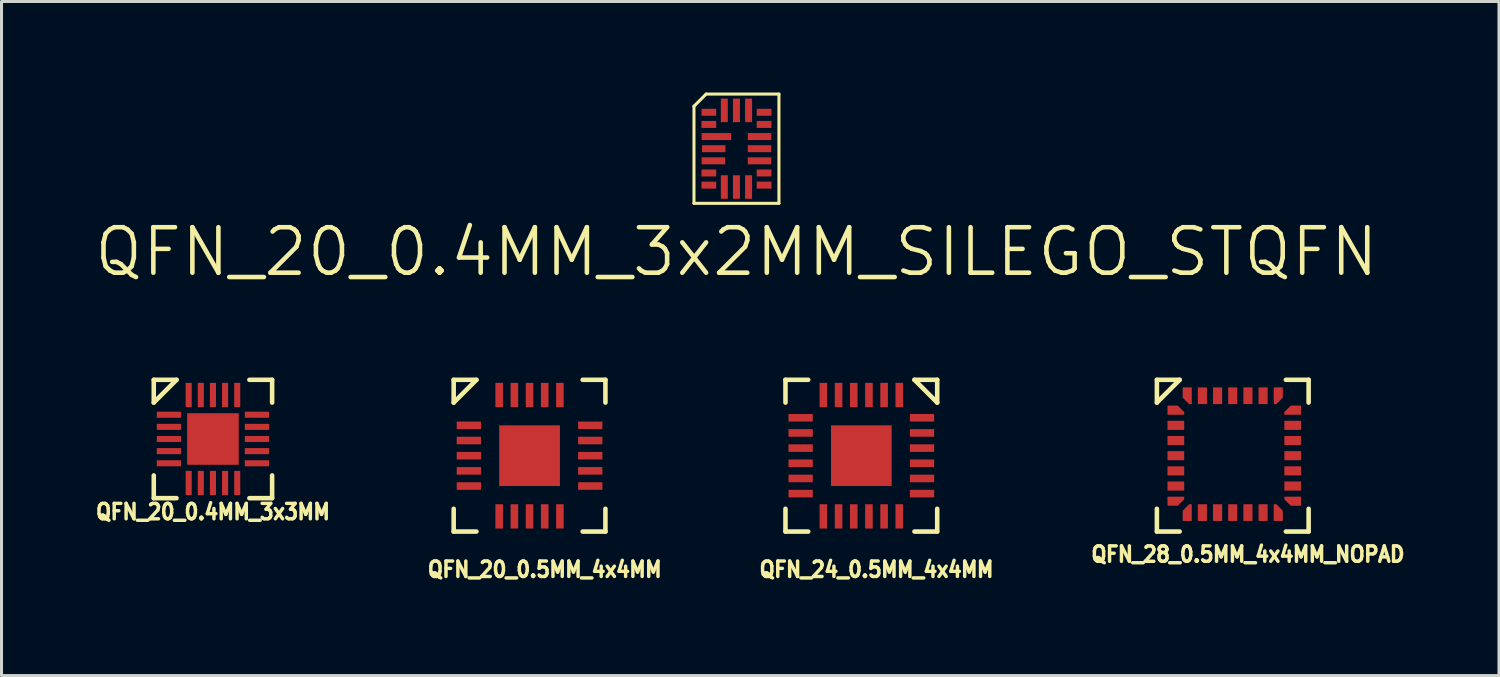
<source format=kicad_pcb>
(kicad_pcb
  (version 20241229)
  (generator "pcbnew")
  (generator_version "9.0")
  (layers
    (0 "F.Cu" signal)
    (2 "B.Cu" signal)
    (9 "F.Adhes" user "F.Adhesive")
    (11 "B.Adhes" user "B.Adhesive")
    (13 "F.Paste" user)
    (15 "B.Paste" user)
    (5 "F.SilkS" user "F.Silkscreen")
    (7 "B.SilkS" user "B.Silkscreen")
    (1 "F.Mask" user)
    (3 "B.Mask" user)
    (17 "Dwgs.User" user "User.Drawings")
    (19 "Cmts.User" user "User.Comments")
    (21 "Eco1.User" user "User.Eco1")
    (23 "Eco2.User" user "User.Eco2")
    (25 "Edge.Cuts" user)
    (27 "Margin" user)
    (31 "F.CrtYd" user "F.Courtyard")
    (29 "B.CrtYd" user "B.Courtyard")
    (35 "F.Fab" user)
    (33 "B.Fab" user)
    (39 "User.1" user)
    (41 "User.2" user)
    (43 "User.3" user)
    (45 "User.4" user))
  (footprint "QFN_20_0.4MM_3x2MM_SILEGO_STQFN"
    (layer "F.Cu")
    (at 21.218 1.85)
    (property "Reference" "QFN_20_0.4MM_3x2MM_SILEGO_STQFN" (at 0 3.4 0) (layer "F.SilkS") (effects (font (size 1.5 1.5) (thickness 0.15))))
    (attr through_hole)
    (fp_line (start -1.4 -1.4) (end -1 -1.8) (stroke (width 0.1) (type solid)) (layer "F.SilkS"))
    (fp_line (start -1.4 1.8) (end -1.4 -1.4) (stroke (width 0.1) (type solid)) (layer "F.SilkS"))
    (fp_line (start -1 -1.8) (end 1.4 -1.8) (stroke (width 0.1) (type solid)) (layer "F.SilkS"))
    (fp_line (start 1.4 -1.8) (end 1.4 1.8) (stroke (width 0.1) (type solid)) (layer "F.SilkS"))
    (fp_line (start 1.4 1.8) (end -1.4 1.8) (stroke (width 0.1) (type solid)) (layer "F.SilkS"))
    (pad "1" smd rect (at -0.91 -1.2) (size 0.485 0.23) (layers "F.Cu" "F.Mask" "F.Paste"))
    (pad "2" smd rect (at -0.91 -0.8) (size 0.485 0.23) (layers "F.Cu" "F.Mask" "F.Paste"))
    (pad "3" smd rect (at -0.66 -0.4) (size 0.975 0.23) (layers "F.Cu" "F.Mask" "F.Paste"))
    (pad "4" smd rect (at -0.75 0) (size 0.775 0.23) (layers "F.Cu" "F.Mask" "F.Paste"))
    (pad "5" smd rect (at -0.76 0.4) (size 0.775 0.23) (layers "F.Cu" "F.Mask" "F.Paste"))
    (pad "6" smd rect (at -0.91 0.8) (size 0.485 0.23) (layers "F.Cu" "F.Mask" "F.Paste"))
    (pad "7" smd rect (at -0.91 1.2) (size 0.485 0.23) (layers "F.Cu" "F.Mask" "F.Paste"))
    (pad "8" smd rect (at -0.4 1.263 90) (size 0.775 0.23) (layers "F.Cu" "F.Mask" "F.Paste"))
    (pad "9" smd rect (at 0 1.263 90) (size 0.775 0.23) (layers "F.Cu" "F.Mask" "F.Paste"))
    (pad "10" smd rect (at 0.4 1.263 90) (size 0.775 0.23) (layers "F.Cu" "F.Mask" "F.Paste"))
    (pad "11" smd rect (at 0.91 1.2 180) (size 0.485 0.23) (layers "F.Cu" "F.Mask" "F.Paste"))
    (pad "12" smd rect (at 0.91 0.8) (size 0.485 0.23) (layers "F.Cu" "F.Mask" "F.Paste"))
    (pad "13" smd rect (at 0.76 0.4) (size 0.775 0.23) (layers "F.Cu" "F.Mask" "F.Paste"))
    (pad "14" smd rect (at 0.76 0) (size 0.775 0.23) (layers "F.Cu" "F.Mask" "F.Paste"))
    (pad "15" smd rect (at 0.76 -0.4) (size 0.775 0.23) (layers "F.Cu" "F.Mask" "F.Paste"))
    (pad "16" smd rect (at 0.91 -0.8) (size 0.485 0.23) (layers "F.Cu" "F.Mask" "F.Paste"))
    (pad "17" smd rect (at 0.91 -1.2) (size 0.485 0.23) (layers "F.Cu" "F.Mask" "F.Paste"))
    (pad "18" smd rect (at 0.4 -1.263 90) (size 0.775 0.23) (layers "F.Cu" "F.Mask" "F.Paste"))
    (pad "19" smd rect (at 0 -1.263 90) (size 0.775 0.23) (layers "F.Cu" "F.Mask" "F.Paste"))
    (pad "20" smd rect (at -0.4 -1.263 90) (size 0.775 0.23) (layers "F.Cu" "F.Mask" "F.Paste")))
  (footprint "QFN_24_0.5MM_4x4MM"
    (layer "F.Cu")
    (at 25.333 11.966)
    (property "Reference" "QFN_24_0.5MM_4x4MM" (at 0.5 3.75 0) (layer "F.SilkS") (effects (font (size 0.508 0.457) (thickness 0.114))))
    (attr through_hole)
    (fp_line (start -2.5 -2.5) (end -2.5 -1.75) (stroke (width 0.15) (type solid)) (layer "F.SilkS"))
    (fp_line (start -2.5 1.75) (end -2.5 2.5) (stroke (width 0.15) (type solid)) (layer "F.SilkS"))
    (fp_line (start -2.5 2.5) (end -1.75 2.5) (stroke (width 0.15) (type solid)) (layer "F.SilkS"))
    (fp_line (start -1.75 -2.5) (end -2.5 -2.5) (stroke (width 0.15) (type solid)) (layer "F.SilkS"))
    (fp_line (start 1.75 -2.5) (end 2.5 -2.5) (stroke (width 0.15) (type solid)) (layer "F.SilkS"))
    (fp_line (start 2.5 -2.5) (end 2.5 -1.75) (stroke (width 0.15) (type solid)) (layer "F.SilkS"))
    (fp_line (start 2.5 -1.75) (end 1.75 -2.5) (stroke (width 0.15) (type solid)) (layer "F.SilkS"))
    (fp_line (start 2.5 1.75) (end 2.5 2.5) (stroke (width 0.15) (type solid)) (layer "F.SilkS"))
    (fp_line (start 2.5 2.5) (end 1.75 2.5) (stroke (width 0.15) (type solid)) (layer "F.SilkS"))
    (pad "1" smd rect (at 1.25 -2) (size 0.25 0.8) (layers "F.Cu" "F.Mask" "F.Paste"))
    (pad "2" smd rect (at 0.75 -2) (size 0.25 0.8) (layers "F.Cu" "F.Mask" "F.Paste"))
    (pad "3" smd rect (at 0.25 -2) (size 0.25 0.8) (layers "F.Cu" "F.Mask" "F.Paste"))
    (pad "4" smd rect (at -0.25 -2) (size 0.25 0.8) (layers "F.Cu" "F.Mask" "F.Paste"))
    (pad "5" smd rect (at -0.75 -2) (size 0.25 0.8) (layers "F.Cu" "F.Mask" "F.Paste"))
    (pad "6" smd rect (at -1.25 -2) (size 0.25 0.8) (layers "F.Cu" "F.Mask" "F.Paste"))
    (pad "7" smd rect (at -2 -1.25 270) (size 0.25 0.8) (layers "F.Cu" "F.Mask" "F.Paste"))
    (pad "8" smd rect (at -2 -0.75 90) (size 0.25 0.8) (layers "F.Cu" "F.Mask" "F.Paste"))
    (pad "9" smd rect (at -2 -0.25 90) (size 0.25 0.8) (layers "F.Cu" "F.Mask" "F.Paste"))
    (pad "10" smd rect (at -2 0.25 90) (size 0.25 0.8) (layers "F.Cu" "F.Mask" "F.Paste"))
    (pad "11" smd rect (at -2 0.75 90) (size 0.25 0.8) (layers "F.Cu" "F.Mask" "F.Paste"))
    (pad "12" smd rect (at -2 1.25 90) (size 0.25 0.8) (layers "F.Cu" "F.Mask" "F.Paste"))
    (pad "13" smd rect (at -1.25 2 180) (size 0.25 0.8) (layers "F.Cu" "F.Mask" "F.Paste"))
    (pad "14" smd rect (at -0.75 2) (size 0.25 0.8) (layers "F.Cu" "F.Mask" "F.Paste"))
    (pad "15" smd rect (at -0.25 2) (size 0.25 0.8) (layers "F.Cu" "F.Mask" "F.Paste"))
    (pad "16" smd rect (at 0.25 2) (size 0.25 0.8) (layers "F.Cu" "F.Mask" "F.Paste"))
    (pad "17" smd rect (at 0.75 2) (size 0.25 0.8) (layers "F.Cu" "F.Mask" "F.Paste"))
    (pad "18" smd rect (at 1.25 2) (size 0.25 0.8) (layers "F.Cu" "F.Mask" "F.Paste"))
    (pad "19" smd rect (at 2 1.25 90) (size 0.25 0.8) (layers "F.Cu" "F.Mask" "F.Paste"))
    (pad "20" smd rect (at 2 0.75 90) (size 0.25 0.8) (layers "F.Cu" "F.Mask" "F.Paste"))
    (pad "21" smd rect (at 2 0.25 90) (size 0.25 0.8) (layers "F.Cu" "F.Mask" "F.Paste"))
    (pad "22" smd rect (at 2 -0.25 90) (size 0.25 0.8) (layers "F.Cu" "F.Mask" "F.Paste"))
    (pad "23" smd rect (at 2 -0.75 90) (size 0.25 0.8) (layers "F.Cu" "F.Mask" "F.Paste"))
    (pad "24" smd rect (at 2 -1.25 90) (size 0.25 0.8) (layers "F.Cu" "F.Mask" "F.Paste"))
    (pad "PAD" smd rect (at -0.5 -0.5) (size 0.5 0.5) (layers "F.Cu" "F.Paste"))
    (pad "PAD" smd rect (at -0.5 0.5) (size 0.5 0.5) (layers "F.Cu" "F.Paste"))
    (pad "PAD" smd rect (at 0 0) (size 0.5 0.5) (layers "F.Cu" "F.Paste"))
    (pad "PAD" smd rect (at 0 0) (size 2 2) (layers "F.Cu" "F.Mask"))
    (pad "PAD" smd rect (at 0.5 -0.5) (size 0.5 0.5) (layers "F.Cu" "F.Paste"))
    (pad "PAD" smd rect (at 0.5 0.5) (size 0.5 0.5) (layers "F.Cu" "F.Paste")))
  (footprint "QFN_28_0.5MM_4x4MM_NOPAD"
    (layer "F.Cu")
    (at 37.572 11.966)
    (property "Reference" "QFN_28_0.5MM_4x4MM_NOPAD" (at 0.5 3.25 0) (layer "F.SilkS") (effects (font (size 0.508 0.457) (thickness 0.114))))
    (attr through_hole)
    (fp_line (start -2.5 -2.5) (end -1.75 -2.5) (stroke (width 0.15) (type solid)) (layer "F.SilkS"))
    (fp_line (start -2.5 -1.75) (end -2.5 -2.5) (stroke (width 0.15) (type solid)) (layer "F.SilkS"))
    (fp_line (start -2.5 1.75) (end -2.5 2.5) (stroke (width 0.15) (type solid)) (layer "F.SilkS"))
    (fp_line (start -2.5 2.5) (end -1.75 2.5) (stroke (width 0.15) (type solid)) (layer "F.SilkS"))
    (fp_line (start -1.75 -2.5) (end -2.5 -1.75) (stroke (width 0.15) (type solid)) (layer "F.SilkS"))
    (fp_line (start 1.75 -2.5) (end 2.5 -2.5) (stroke (width 0.15) (type solid)) (layer "F.SilkS"))
    (fp_line (start 1.75 2.5) (end 2.5 2.5) (stroke (width 0.15) (type solid)) (layer "F.SilkS"))
    (fp_line (start 2.5 -2.5) (end 2.5 -1.75) (stroke (width 0.15) (type solid)) (layer "F.SilkS"))
    (fp_line (start 2.5 2.5) (end 2.5 1.75) (stroke (width 0.15) (type solid)) (layer "F.SilkS"))
    (pad "1" smd custom (at -1.875 -1.5) (size 0.1 0.1) (layers "F.Cu" "F.Mask" "F.Paste") (options (anchor rect)) (primitives (gr_poly (pts (xy -0.275 -0.15) (xy 0.061 -0.15) (xy 0.275 0.06) (xy 0.275 0.15) (xy -0.275 0.15)) (width 0) (fill yes))))
    (pad "2" smd rect (at -1.875 -1 90) (size 0.3 0.55) (layers "F.Cu" "F.Mask" "F.Paste"))
    (pad "3" smd rect (at -1.875 -0.5 90) (size 0.3 0.55) (layers "F.Cu" "F.Mask" "F.Paste"))
    (pad "4" smd rect (at -1.875 0 90) (size 0.3 0.55) (layers "F.Cu" "F.Mask" "F.Paste"))
    (pad "5" smd rect (at -1.875 0.5 90) (size 0.3 0.55) (layers "F.Cu" "F.Mask" "F.Paste"))
    (pad "6" smd rect (at -1.875 1 90) (size 0.3 0.55) (layers "F.Cu" "F.Mask" "F.Paste"))
    (pad "7" smd custom (at -1.875 1.5 180) (size 0.1 0.1) (layers "F.Cu" "F.Mask" "F.Paste") (options (anchor rect)) (primitives (gr_poly (pts (xy 0.275 -0.15) (xy -0.061 -0.15) (xy -0.275 0.06) (xy -0.275 0.15) (xy 0.275 0.15)) (width 0) (fill yes))))
    (pad "8" smd custom (at -1.5 1.875 90) (size 0.1 0.1) (layers "F.Cu" "F.Mask" "F.Paste") (options (anchor rect)) (primitives (gr_poly (pts (xy -0.275 -0.15) (xy 0.061 -0.15) (xy 0.275 0.06) (xy 0.275 0.15) (xy -0.275 0.15)) (width 0) (fill yes))))
    (pad "9" smd rect (at -1 1.875 180) (size 0.3 0.55) (layers "F.Cu" "F.Mask" "F.Paste"))
    (pad "10" smd rect (at -0.5 1.875 180) (size 0.3 0.55) (layers "F.Cu" "F.Mask" "F.Paste"))
    (pad "11" smd rect (at 0 1.875 180) (size 0.3 0.55) (layers "F.Cu" "F.Mask" "F.Paste"))
    (pad "12" smd rect (at 0.5 1.875 180) (size 0.3 0.55) (layers "F.Cu" "F.Mask" "F.Paste"))
    (pad "13" smd rect (at 1 1.875 180) (size 0.3 0.55) (layers "F.Cu" "F.Mask" "F.Paste"))
    (pad "14" smd custom (at 1.5 1.875 270) (size 0.1 0.1) (layers "F.Cu" "F.Mask" "F.Paste") (options (anchor rect)) (primitives (gr_poly (pts (xy 0.275 -0.15) (xy -0.061 -0.15) (xy -0.275 0.06) (xy -0.275 0.15) (xy 0.275 0.15)) (width 0) (fill yes))))
    (pad "15" smd custom (at 1.975 1.5 180) (size 0.1 0.1) (layers "F.Cu" "F.Mask" "F.Paste") (options (anchor rect)) (primitives (gr_poly (pts (xy -0.275 -0.15) (xy 0.061 -0.15) (xy 0.275 0.06) (xy 0.275 0.15) (xy -0.275 0.15)) (width 0) (fill yes))))
    (pad "16" smd rect (at 1.975 1 90) (size 0.3 0.55) (layers "F.Cu" "F.Mask" "F.Paste"))
    (pad "17" smd rect (at 1.975 0.5 90) (size 0.3 0.55) (layers "F.Cu" "F.Mask" "F.Paste"))
    (pad "18" smd rect (at 1.975 0 90) (size 0.3 0.55) (layers "F.Cu" "F.Mask" "F.Paste"))
    (pad "19" smd rect (at 1.975 -0.5 90) (size 0.3 0.55) (layers "F.Cu" "F.Mask" "F.Paste"))
    (pad "20" smd rect (at 1.975 -1 90) (size 0.3 0.55) (layers "F.Cu" "F.Mask" "F.Paste"))
    (pad "21" smd custom (at 1.975 -1.5) (size 0.1 0.1) (layers "F.Cu" "F.Mask" "F.Paste") (options (anchor rect)) (primitives (gr_poly (pts (xy 0.275 -0.15) (xy -0.061 -0.15) (xy -0.275 0.06) (xy -0.275 0.15) (xy 0.275 0.15)) (width 0) (fill yes))))
    (pad "22" smd custom (at 1.5 -1.975 270) (size 0.1 0.1) (layers "F.Cu" "F.Mask" "F.Paste") (options (anchor rect)) (primitives (gr_poly (pts (xy -0.275 -0.15) (xy 0.061 -0.15) (xy 0.275 0.06) (xy 0.275 0.15) (xy -0.275 0.15)) (width 0) (fill yes))))
    (pad "23" smd rect (at 1 -1.975 180) (size 0.3 0.55) (layers "F.Cu" "F.Mask" "F.Paste"))
    (pad "24" smd rect (at 0.5 -1.975 180) (size 0.3 0.55) (layers "F.Cu" "F.Mask" "F.Paste"))
    (pad "25" smd rect (at 0 -1.975 180) (size 0.3 0.55) (layers "F.Cu" "F.Mask" "F.Paste"))
    (pad "26" smd rect (at -0.5 -1.975 180) (size 0.3 0.55) (layers "F.Cu" "F.Mask" "F.Paste"))
    (pad "27" smd rect (at -1 -1.975 180) (size 0.3 0.55) (layers "F.Cu" "F.Mask" "F.Paste"))
    (pad "28" smd custom (at -1.5 -1.975 90) (size 0.1 0.1) (layers "F.Cu" "F.Mask" "F.Paste") (options (anchor rect)) (primitives (gr_poly (pts (xy 0.275 -0.15) (xy -0.061 -0.15) (xy -0.275 0.06) (xy -0.275 0.15) (xy 0.275 0.15)) (width 0) (fill yes)))))
  (footprint "QFN_20_0.5MM_4x4MM"
    (layer "F.Cu")
    (at 14.4 11.966)
    (property "Reference" "QFN_20_0.5MM_4x4MM" (at 0.5 3.75 0) (layer "F.SilkS") (effects (font (size 0.508 0.457) (thickness 0.114))))
    (attr through_hole)
    (fp_line (start -2.5 -2.5) (end -2.5 -1.75) (stroke (width 0.15) (type solid)) (layer "F.SilkS"))
    (fp_line (start -2.5 1.75) (end -2.5 2.5) (stroke (width 0.15) (type solid)) (layer "F.SilkS"))
    (fp_line (start -2.5 2.5) (end -1.75 2.5) (stroke (width 0.15) (type solid)) (layer "F.SilkS"))
    (fp_line (start -1.75 -2.5) (end -2.5 -2.5) (stroke (width 0.15) (type solid)) (layer "F.SilkS"))
    (fp_line (start -1.75 -2.5) (end -2.5 -1.75) (stroke (width 0.15) (type solid)) (layer "F.SilkS"))
    (fp_line (start 1.75 -2.5) (end 2.5 -2.5) (stroke (width 0.15) (type solid)) (layer "F.SilkS"))
    (fp_line (start 2.5 -2.5) (end 2.5 -1.75) (stroke (width 0.15) (type solid)) (layer "F.SilkS"))
    (fp_line (start 2.5 1.75) (end 2.5 2.5) (stroke (width 0.15) (type solid)) (layer "F.SilkS"))
    (fp_line (start 2.5 2.5) (end 1.75 2.5) (stroke (width 0.15) (type solid)) (layer "F.SilkS"))
    (pad "1" smd rect (at -2 -1 270) (size 0.25 0.8) (layers "F.Cu" "F.Mask" "F.Paste"))
    (pad "2" smd rect (at -2 -0.5 90) (size 0.25 0.8) (layers "F.Cu" "F.Mask" "F.Paste"))
    (pad "3" smd rect (at -2 0 90) (size 0.25 0.8) (layers "F.Cu" "F.Mask" "F.Paste"))
    (pad "4" smd rect (at -2 0.5 90) (size 0.25 0.8) (layers "F.Cu" "F.Mask" "F.Paste"))
    (pad "5" smd rect (at -2 1 90) (size 0.25 0.8) (layers "F.Cu" "F.Mask" "F.Paste"))
    (pad "6" smd rect (at -1 2 180) (size 0.25 0.8) (layers "F.Cu" "F.Mask" "F.Paste"))
    (pad "7" smd rect (at -0.5 2) (size 0.25 0.8) (layers "F.Cu" "F.Mask" "F.Paste"))
    (pad "8" smd rect (at 0 2) (size 0.25 0.8) (layers "F.Cu" "F.Mask" "F.Paste"))
    (pad "9" smd rect (at 0.5 2) (size 0.25 0.8) (layers "F.Cu" "F.Mask" "F.Paste"))
    (pad "10" smd rect (at 1 2) (size 0.25 0.8) (layers "F.Cu" "F.Mask" "F.Paste"))
    (pad "11" smd rect (at 2 1 90) (size 0.25 0.8) (layers "F.Cu" "F.Mask" "F.Paste"))
    (pad "12" smd rect (at 2 0.5 90) (size 0.25 0.8) (layers "F.Cu" "F.Mask" "F.Paste"))
    (pad "13" smd rect (at 2 0 90) (size 0.25 0.8) (layers "F.Cu" "F.Mask" "F.Paste"))
    (pad "14" smd rect (at 2 -0.5 90) (size 0.25 0.8) (layers "F.Cu" "F.Mask" "F.Paste"))
    (pad "15" smd rect (at 2 -1 90) (size 0.25 0.8) (layers "F.Cu" "F.Mask" "F.Paste"))
    (pad "16" smd rect (at 1 -2) (size 0.25 0.8) (layers "F.Cu" "F.Mask" "F.Paste"))
    (pad "17" smd rect (at 0.5 -2) (size 0.25 0.8) (layers "F.Cu" "F.Mask" "F.Paste"))
    (pad "18" smd rect (at 0 -2) (size 0.25 0.8) (layers "F.Cu" "F.Mask" "F.Paste"))
    (pad "19" smd rect (at -0.5 -2) (size 0.25 0.8) (layers "F.Cu" "F.Mask" "F.Paste"))
    (pad "20" smd rect (at -1 -2) (size 0.25 0.8) (layers "F.Cu" "F.Mask" "F.Paste"))
    (pad "PAD" smd rect (at -0.5 -0.5) (size 0.5 0.5) (layers "F.Cu" "F.Paste"))
    (pad "PAD" smd rect (at -0.5 0.5) (size 0.5 0.5) (layers "F.Cu" "F.Paste"))
    (pad "PAD" smd rect (at 0 0) (size 0.5 0.5) (layers "F.Cu" "F.Paste"))
    (pad "PAD" smd rect (at 0 0) (size 2 2) (layers "F.Cu" "F.Mask"))
    (pad "PAD" smd rect (at 0.5 -0.5) (size 0.5 0.5) (layers "F.Cu" "F.Paste"))
    (pad "PAD" smd rect (at 0.5 0.5) (size 0.5 0.5) (layers "F.Cu" "F.Paste")))
  (footprint "QFN_20_0.4MM_3x3MM"
    (layer "F.Cu")
    (at 3.967 11.416)
    (property "Reference" "QFN_20_0.4MM_3x3MM" (at 0 2.4 0) (layer "F.SilkS") (effects (font (size 0.508 0.457) (thickness 0.114))))
    (attr through_hole)
    (fp_line (start -1.95 -1.95) (end -1.95 -1.2) (stroke (width 0.15) (type solid)) (layer "F.SilkS"))
    (fp_line (start -1.95 1.2) (end -1.95 1.95) (stroke (width 0.15) (type solid)) (layer "F.SilkS"))
    (fp_line (start -1.95 1.95) (end -1.2 1.95) (stroke (width 0.15) (type solid)) (layer "F.SilkS"))
    (fp_line (start -1.2 -1.95) (end -1.95 -1.95) (stroke (width 0.15) (type solid)) (layer "F.SilkS"))
    (fp_line (start -1.2 -1.95) (end -1.95 -1.2) (stroke (width 0.15) (type solid)) (layer "F.SilkS"))
    (fp_line (start 1.2 -1.95) (end 1.95 -1.95) (stroke (width 0.15) (type solid)) (layer "F.SilkS"))
    (fp_line (start 1.95 -1.95) (end 1.95 -1.2) (stroke (width 0.15) (type solid)) (layer "F.SilkS"))
    (fp_line (start 1.95 1.2) (end 1.95 1.95) (stroke (width 0.15) (type solid)) (layer "F.SilkS"))
    (fp_line (start 1.95 1.95) (end 1.2 1.95) (stroke (width 0.15) (type solid)) (layer "F.SilkS"))
    (pad "" smd rect (at -0.5 -0.5) (size 0.5 0.5) (layers "F.Paste"))
    (pad "" smd rect (at -0.5 0.5) (size 0.5 0.5) (layers "F.Paste"))
    (pad "" smd rect (at 0 0) (size 0.5 0.5) (layers "F.Paste"))
    (pad "" smd rect (at 0.5 -0.5) (size 0.5 0.5) (layers "F.Paste"))
    (pad "" smd rect (at 0.5 0.5) (size 0.5 0.5) (layers "F.Paste"))
    (pad "1" smd rect (at -1.45 -0.8 90) (size 0.2 0.8) (layers "F.Cu" "F.Mask" "F.Paste"))
    (pad "2" smd rect (at -1.45 -0.4 90) (size 0.2 0.8) (layers "F.Cu" "F.Mask" "F.Paste"))
    (pad "3" smd rect (at -1.45 0 90) (size 0.2 0.8) (layers "F.Cu" "F.Mask" "F.Paste"))
    (pad "4" smd rect (at -1.45 0.4 90) (size 0.2 0.8) (layers "F.Cu" "F.Mask" "F.Paste"))
    (pad "5" smd rect (at -1.45 0.8 90) (size 0.2 0.8) (layers "F.Cu" "F.Mask" "F.Paste"))
    (pad "6" smd rect (at -0.8 1.45 180) (size 0.2 0.8) (layers "F.Cu" "F.Mask" "F.Paste"))
    (pad "7" smd rect (at -0.4 1.45 180) (size 0.2 0.8) (layers "F.Cu" "F.Mask" "F.Paste"))
    (pad "8" smd rect (at 0 1.45 180) (size 0.2 0.8) (layers "F.Cu" "F.Mask" "F.Paste"))
    (pad "9" smd rect (at 0.4 1.45 180) (size 0.2 0.8) (layers "F.Cu" "F.Mask" "F.Paste"))
    (pad "10" smd rect (at 0.8 1.45 180) (size 0.2 0.8) (layers "F.Cu" "F.Mask" "F.Paste"))
    (pad "11" smd rect (at 1.45 0.8 90) (size 0.2 0.8) (layers "F.Cu" "F.Mask" "F.Paste"))
    (pad "12" smd rect (at 1.45 0.4 90) (size 0.2 0.8) (layers "F.Cu" "F.Mask" "F.Paste"))
    (pad "13" smd rect (at 1.45 0 90) (size 0.2 0.8) (layers "F.Cu" "F.Mask" "F.Paste"))
    (pad "14" smd rect (at 1.45 -0.4 90) (size 0.2 0.8) (layers "F.Cu" "F.Mask" "F.Paste"))
    (pad "15" smd rect (at 1.45 -0.8 90) (size 0.2 0.8) (layers "F.Cu" "F.Mask" "F.Paste"))
    (pad "16" smd rect (at 0.8 -1.45 180) (size 0.2 0.8) (layers "F.Cu" "F.Mask" "F.Paste"))
    (pad "17" smd rect (at 0.4 -1.45 180) (size 0.2 0.8) (layers "F.Cu" "F.Mask" "F.Paste"))
    (pad "18" smd rect (at 0 -1.45 180) (size 0.2 0.8) (layers "F.Cu" "F.Mask" "F.Paste"))
    (pad "19" smd rect (at -0.4 -1.45 180) (size 0.2 0.8) (layers "F.Cu" "F.Mask" "F.Paste"))
    (pad "20" smd rect (at -0.8 -1.45 180) (size 0.2 0.8) (layers "F.Cu" "F.Mask" "F.Paste"))
    (pad "PAD" smd rect (at 0 0) (size 1.7 1.7) (layers "F.Cu" "F.Mask")))
  (gr_rect
    (start -3 -3)
    (end 46.345 19.213)
    (stroke (width 0.1) (type default))
    (fill no)
    (layer "Edge.Cuts")))
</source>
